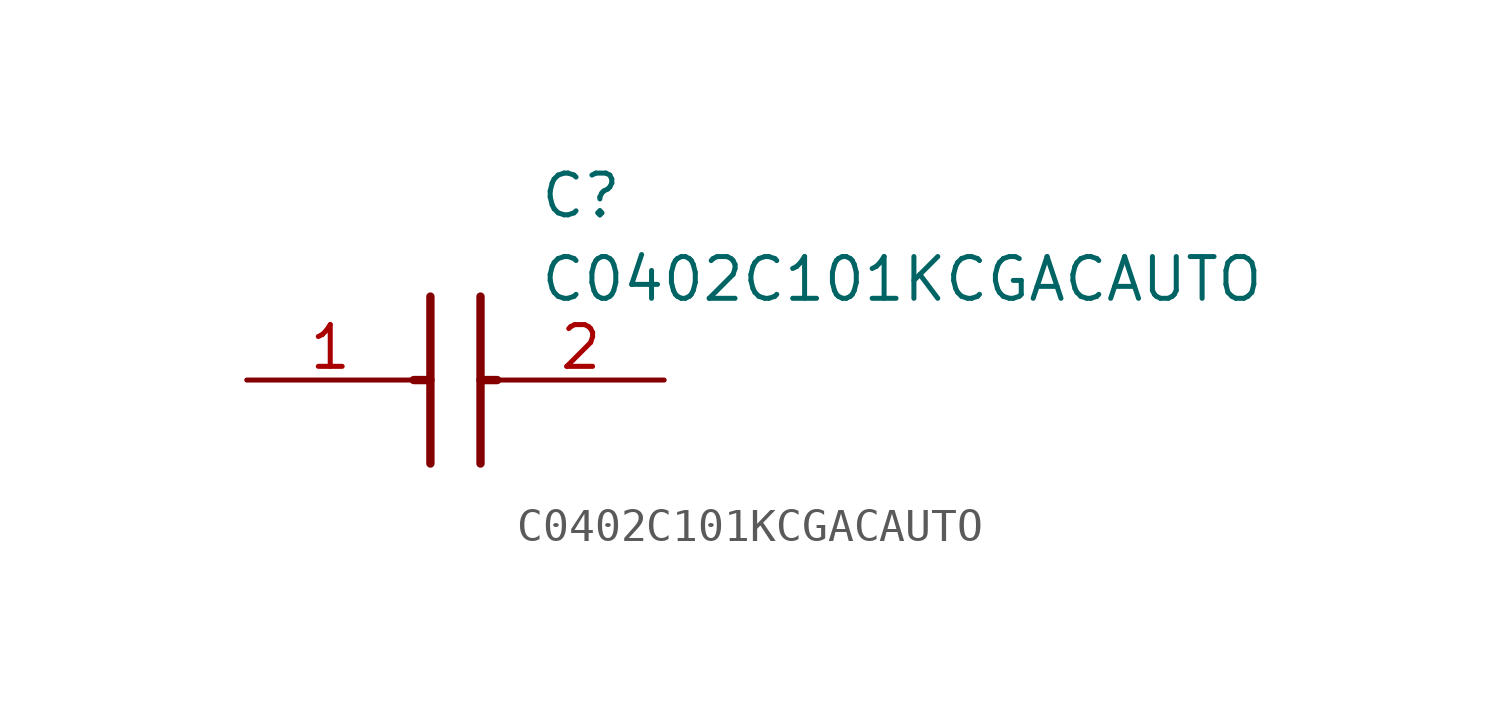
<source format=kicad_sym>
(kicad_symbol_lib
  (version 20211014)
  (generator SamacSys_ECAD_Model)
  (symbol "C0402C101KCGACAUTO"
    (pin_names hide)
    (property "Reference" "C"
      (at 8.89 6.35 0)
      (effects (font (size 1.27 1.27)) (justify left top)))
    (property "Value" "C0402C101KCGACAUTO"
      (at 8.89 3.81 0)
      (effects (font (size 1.27 1.27)) (justify left top)))
    (polyline
      (pts (xy 5.588 2.54) (xy 5.588 -2.54))
      (stroke (width 0.254) (type default))
      (fill (type none)))
    (polyline
      (pts (xy 7.112 2.54) (xy 7.112 -2.54))
      (stroke (width 0.254) (type default))
      (fill (type none)))
    (polyline
      (pts (xy 5.08 0) (xy 5.588 0))
      (stroke (width 0.254) (type default))
      (fill (type none)))
    (polyline
      (pts (xy 7.112 0) (xy 7.62 0))
      (stroke (width 0.254) (type default))
      (fill (type none)))
    (pin passive line
      (at 0 0 0)
      (length 5.08)
      (name "1" (effects (font (size 1.27 1.27))))
      (number "1" (effects (font (size 1.27 1.27)))))
    (pin passive line
      (at 12.7 0 180)
      (length 5.08)
      (name "2" (effects (font (size 1.27 1.27))))
      (number "2" (effects (font (size 1.27 1.27)))))))
</source>
